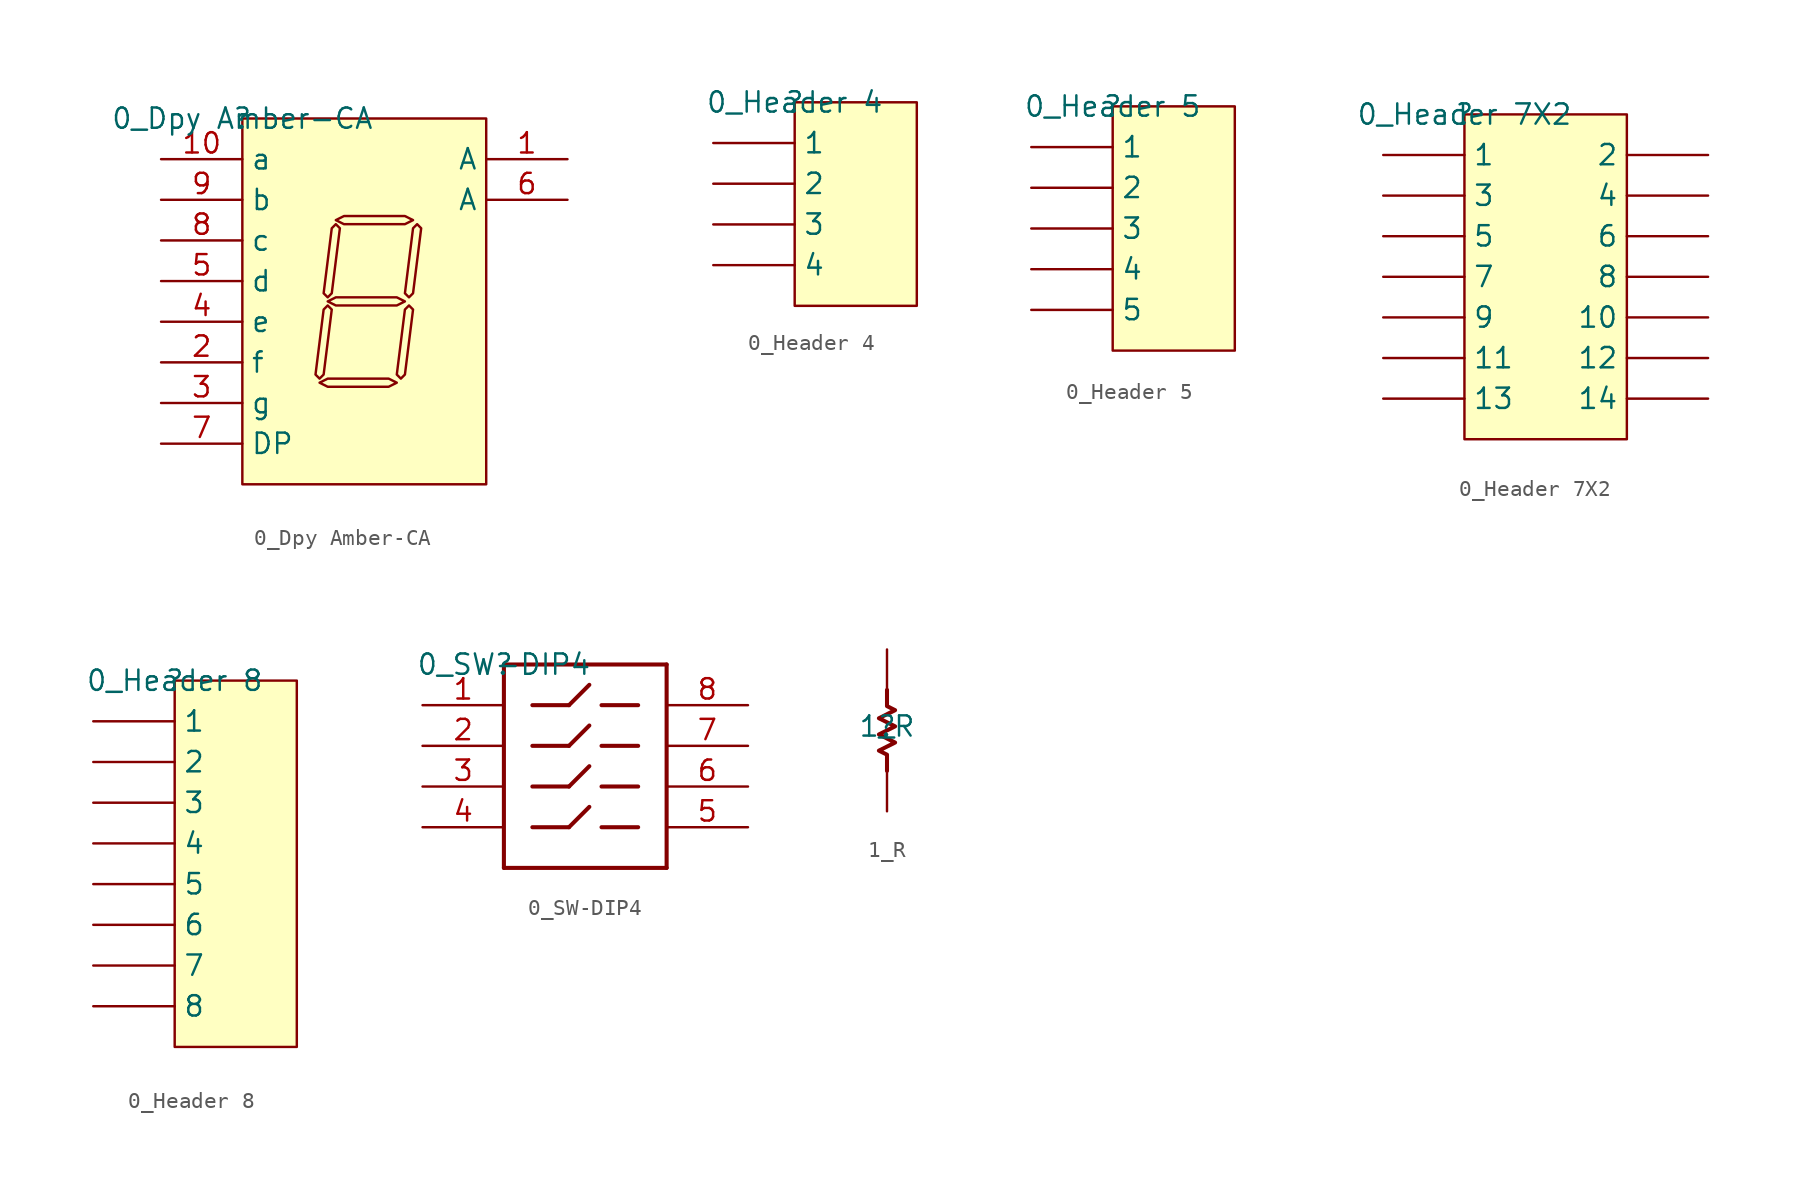
<source format=kicad_sym>
(kicad_symbol_lib
  (version 20211014)
  (generator kicad_symbol_editor)
  (symbol "0_Dpy Amber-CA"
    (property "Reference" ""
      (at 0 0 0)
      (effects (font (size 1.27 1.27))))
    (property "Value" "0_Dpy Amber-CA"
      (at 0 0 0)
      (effects (font (size 1.27 1.27))))
    (symbol "0_Dpy Amber-CA_1_0"
      (polyline (pts (xy 4.826 -16.51) (xy 5.334 -16.256) (xy 9.144 -16.256) (xy 9.652 -16.51) (xy 9.144 -16.764) (xy 5.334 -16.764) (xy 4.826 -16.51) (xy 4.826 -16.51)) (stroke (width 0) (type default) (color 0 0 0 0)) (fill (type background)))
      (polyline (pts (xy 5.334 -11.684) (xy 5.08 -11.938) (xy 4.572 -16.002) (xy 4.826 -16.256) (xy 5.08 -16.002) (xy 5.588 -11.938) (xy 5.334 -11.684) (xy 5.334 -11.684)) (stroke (width 0) (type default) (color 0 0 0 0)) (fill (type background)))
      (polyline (pts (xy 5.334 -11.43) (xy 5.842 -11.176) (xy 9.652 -11.176) (xy 10.16 -11.43) (xy 9.652 -11.684) (xy 5.842 -11.684) (xy 5.334 -11.43) (xy 5.334 -11.43)) (stroke (width 0) (type default) (color 0 0 0 0)) (fill (type background)))
      (polyline (pts (xy 5.842 -6.604) (xy 5.588 -6.858) (xy 5.08 -10.922) (xy 5.334 -11.176) (xy 5.588 -10.922) (xy 6.096 -6.858) (xy 5.842 -6.604) (xy 5.842 -6.604)) (stroke (width 0) (type default) (color 0 0 0 0)) (fill (type background)))
      (polyline (pts (xy 5.842 -6.35) (xy 6.35 -6.096) (xy 10.16 -6.096) (xy 10.668 -6.35) (xy 10.16 -6.604) (xy 6.35 -6.604) (xy 5.842 -6.35) (xy 5.842 -6.35)) (stroke (width 0) (type default) (color 0 0 0 0)) (fill (type background)))
      (polyline (pts (xy 10.414 -11.684) (xy 10.16 -11.938) (xy 9.652 -16.002) (xy 9.906 -16.256) (xy 10.16 -16.002) (xy 10.668 -11.938) (xy 10.414 -11.684) (xy 10.414 -11.684)) (stroke (width 0) (type default) (color 0 0 0 0)) (fill (type background)))
      (polyline (pts (xy 10.922 -6.604) (xy 10.668 -6.858) (xy 10.16 -10.922) (xy 10.414 -11.176) (xy 10.668 -10.922) (xy 11.176 -6.858) (xy 10.922 -6.604) (xy 10.922 -6.604)) (stroke (width 0) (type default) (color 0 0 0 0)) (fill (type background)))
      (rectangle (start 15.24 0) (end 0 -22.86) (stroke (width 0) (type default) (color 0 0 0 0)) (fill (type background)))
      (pin passive line (at 20.32 -2.54 180) (length 5.08) (name "A" (effects (font (size 1.27 1.27)))) (number "1" (effects (font (size 1.27 1.27)))))
      (pin passive line (at -5.08 -2.54 0) (length 5.08) (name "a" (effects (font (size 1.27 1.27)))) (number "10" (effects (font (size 1.27 1.27)))))
      (pin passive line (at -5.08 -15.24 0) (length 5.08) (name "f" (effects (font (size 1.27 1.27)))) (number "2" (effects (font (size 1.27 1.27)))))
      (pin passive line (at -5.08 -17.78 0) (length 5.08) (name "g" (effects (font (size 1.27 1.27)))) (number "3" (effects (font (size 1.27 1.27)))))
      (pin passive line (at -5.08 -12.7 0) (length 5.08) (name "e" (effects (font (size 1.27 1.27)))) (number "4" (effects (font (size 1.27 1.27)))))
      (pin passive line (at -5.08 -10.16 0) (length 5.08) (name "d" (effects (font (size 1.27 1.27)))) (number "5" (effects (font (size 1.27 1.27)))))
      (pin passive line (at 20.32 -5.08 180) (length 5.08) (name "A" (effects (font (size 1.27 1.27)))) (number "6" (effects (font (size 1.27 1.27)))))
      (pin passive line (at -5.08 -20.32 0) (length 5.08) (name "DP" (effects (font (size 1.27 1.27)))) (number "7" (effects (font (size 1.27 1.27)))))
      (pin passive line (at -5.08 -7.62 0) (length 5.08) (name "c" (effects (font (size 1.27 1.27)))) (number "8" (effects (font (size 1.27 1.27)))))
      (pin passive line (at -5.08 -5.08 0) (length 5.08) (name "b" (effects (font (size 1.27 1.27)))) (number "9" (effects (font (size 1.27 1.27)))))))
  (symbol "0_Header 4"
    (property "Reference" ""
      (at 0 0 0)
      (effects (font (size 1.27 1.27))))
    (property "Value" "0_Header 4"
      (at 0 0 0)
      (effects (font (size 1.27 1.27))))
    (symbol "0_Header 4_1_0"
      (rectangle (start 7.62 0) (end 0 -12.7) (stroke (width 0) (type default) (color 0 0 0 0)) (fill (type background)))
      (pin passive line (at -5.08 -2.54 0) (length 5.08) (name "1" (effects (font (size 1.27 1.27)))) (number "1" (effects (font (size 0 0)))))
      (pin passive line (at -5.08 -5.08 0) (length 5.08) (name "2" (effects (font (size 1.27 1.27)))) (number "2" (effects (font (size 0 0)))))
      (pin passive line (at -5.08 -7.62 0) (length 5.08) (name "3" (effects (font (size 1.27 1.27)))) (number "3" (effects (font (size 0 0)))))
      (pin passive line (at -5.08 -10.16 0) (length 5.08) (name "4" (effects (font (size 1.27 1.27)))) (number "4" (effects (font (size 0 0)))))))
  (symbol "0_Header 5"
    (property "Reference" ""
      (at 0 0 0)
      (effects (font (size 1.27 1.27))))
    (property "Value" "0_Header 5"
      (at 0 0 0)
      (effects (font (size 1.27 1.27))))
    (symbol "0_Header 5_1_0"
      (rectangle (start 7.62 0) (end 0 -15.24) (stroke (width 0) (type default) (color 0 0 0 0)) (fill (type background)))
      (pin passive line (at -5.08 -2.54 0) (length 5.08) (name "1" (effects (font (size 1.27 1.27)))) (number "1" (effects (font (size 0 0)))))
      (pin passive line (at -5.08 -5.08 0) (length 5.08) (name "2" (effects (font (size 1.27 1.27)))) (number "2" (effects (font (size 0 0)))))
      (pin passive line (at -5.08 -7.62 0) (length 5.08) (name "3" (effects (font (size 1.27 1.27)))) (number "3" (effects (font (size 0 0)))))
      (pin passive line (at -5.08 -10.16 0) (length 5.08) (name "4" (effects (font (size 1.27 1.27)))) (number "4" (effects (font (size 0 0)))))
      (pin passive line (at -5.08 -12.7 0) (length 5.08) (name "5" (effects (font (size 1.27 1.27)))) (number "5" (effects (font (size 0 0)))))))
  (symbol "0_Header 7X2"
    (property "Reference" ""
      (at 0 0 0)
      (effects (font (size 1.27 1.27))))
    (property "Value" "0_Header 7X2"
      (at 0 0 0)
      (effects (font (size 1.27 1.27))))
    (symbol "0_Header 7X2_1_0"
      (rectangle (start 10.16 0) (end 0 -20.32) (stroke (width 0) (type default) (color 0 0 0 0)) (fill (type background)))
      (pin passive line (at -5.08 -2.54 0) (length 5.08) (name "1" (effects (font (size 1.27 1.27)))) (number "1" (effects (font (size 0 0)))))
      (pin passive line (at 15.24 -12.7 180) (length 5.08) (name "10" (effects (font (size 1.27 1.27)))) (number "10" (effects (font (size 0 0)))))
      (pin passive line (at -5.08 -15.24 0) (length 5.08) (name "11" (effects (font (size 1.27 1.27)))) (number "11" (effects (font (size 0 0)))))
      (pin passive line (at 15.24 -15.24 180) (length 5.08) (name "12" (effects (font (size 1.27 1.27)))) (number "12" (effects (font (size 0 0)))))
      (pin passive line (at -5.08 -17.78 0) (length 5.08) (name "13" (effects (font (size 1.27 1.27)))) (number "13" (effects (font (size 0 0)))))
      (pin passive line (at 15.24 -17.78 180) (length 5.08) (name "14" (effects (font (size 1.27 1.27)))) (number "14" (effects (font (size 0 0)))))
      (pin passive line (at 15.24 -2.54 180) (length 5.08) (name "2" (effects (font (size 1.27 1.27)))) (number "2" (effects (font (size 0 0)))))
      (pin passive line (at -5.08 -5.08 0) (length 5.08) (name "3" (effects (font (size 1.27 1.27)))) (number "3" (effects (font (size 0 0)))))
      (pin passive line (at 15.24 -5.08 180) (length 5.08) (name "4" (effects (font (size 1.27 1.27)))) (number "4" (effects (font (size 0 0)))))
      (pin passive line (at -5.08 -7.62 0) (length 5.08) (name "5" (effects (font (size 1.27 1.27)))) (number "5" (effects (font (size 0 0)))))
      (pin passive line (at 15.24 -7.62 180) (length 5.08) (name "6" (effects (font (size 1.27 1.27)))) (number "6" (effects (font (size 0 0)))))
      (pin passive line (at -5.08 -10.16 0) (length 5.08) (name "7" (effects (font (size 1.27 1.27)))) (number "7" (effects (font (size 0 0)))))
      (pin passive line (at 15.24 -10.16 180) (length 5.08) (name "8" (effects (font (size 1.27 1.27)))) (number "8" (effects (font (size 0 0)))))
      (pin passive line (at -5.08 -12.7 0) (length 5.08) (name "9" (effects (font (size 1.27 1.27)))) (number "9" (effects (font (size 0 0)))))))
  (symbol "0_Header 8"
    (property "Reference" ""
      (at 0 0 0)
      (effects (font (size 1.27 1.27))))
    (property "Value" "0_Header 8"
      (at 0 0 0)
      (effects (font (size 1.27 1.27))))
    (symbol "0_Header 8_1_0"
      (rectangle (start 7.62 0) (end 0 -22.86) (stroke (width 0) (type default) (color 0 0 0 0)) (fill (type background)))
      (pin passive line (at -5.08 -2.54 0) (length 5.08) (name "1" (effects (font (size 1.27 1.27)))) (number "1" (effects (font (size 0 0)))))
      (pin passive line (at -5.08 -5.08 0) (length 5.08) (name "2" (effects (font (size 1.27 1.27)))) (number "2" (effects (font (size 0 0)))))
      (pin passive line (at -5.08 -7.62 0) (length 5.08) (name "3" (effects (font (size 1.27 1.27)))) (number "3" (effects (font (size 0 0)))))
      (pin passive line (at -5.08 -10.16 0) (length 5.08) (name "4" (effects (font (size 1.27 1.27)))) (number "4" (effects (font (size 0 0)))))
      (pin passive line (at -5.08 -12.7 0) (length 5.08) (name "5" (effects (font (size 1.27 1.27)))) (number "5" (effects (font (size 0 0)))))
      (pin passive line (at -5.08 -15.24 0) (length 5.08) (name "6" (effects (font (size 1.27 1.27)))) (number "6" (effects (font (size 0 0)))))
      (pin passive line (at -5.08 -17.78 0) (length 5.08) (name "7" (effects (font (size 1.27 1.27)))) (number "7" (effects (font (size 0 0)))))
      (pin passive line (at -5.08 -20.32 0) (length 5.08) (name "8" (effects (font (size 1.27 1.27)))) (number "8" (effects (font (size 0 0)))))))
  (symbol "0_SW-DIP4"
    (property "Reference" ""
      (at 0 0 0)
      (effects (font (size 1.27 1.27))))
    (property "Value" "0_SW-DIP4"
      (at 0 0 0)
      (effects (font (size 1.27 1.27))))
    (symbol "0_SW-DIP4_1_0"
      (polyline (pts (xy 0 -12.7) (xy 10.16 -12.7)) (stroke (width 0.254) (type default) (color 0 0 0 0)) (fill (type none)))
      (polyline (pts (xy 0 0) (xy 0 -12.7)) (stroke (width 0.254) (type default) (color 0 0 0 0)) (fill (type none)))
      (polyline (pts (xy 0 0) (xy 10.16 0)) (stroke (width 0.254) (type default) (color 0 0 0 0)) (fill (type none)))
      (polyline (pts (xy 1.778 -10.16) (xy 4.064 -10.16)) (stroke (width 0.254) (type default) (color 0 0 0 0)) (fill (type none)))
      (polyline (pts (xy 1.778 -7.62) (xy 4.064 -7.62)) (stroke (width 0.254) (type default) (color 0 0 0 0)) (fill (type none)))
      (polyline (pts (xy 1.778 -5.08) (xy 4.064 -5.08)) (stroke (width 0.254) (type default) (color 0 0 0 0)) (fill (type none)))
      (polyline (pts (xy 1.778 -2.54) (xy 4.064 -2.54)) (stroke (width 0.254) (type default) (color 0 0 0 0)) (fill (type none)))
      (polyline (pts (xy 5.334 -8.89) (xy 4.064 -10.16)) (stroke (width 0.254) (type default) (color 0 0 0 0)) (fill (type none)))
      (polyline (pts (xy 5.334 -6.35) (xy 4.064 -7.62)) (stroke (width 0.254) (type default) (color 0 0 0 0)) (fill (type none)))
      (polyline (pts (xy 5.334 -3.81) (xy 4.064 -5.08)) (stroke (width 0.254) (type default) (color 0 0 0 0)) (fill (type none)))
      (polyline (pts (xy 5.334 -1.27) (xy 4.064 -2.54)) (stroke (width 0.254) (type default) (color 0 0 0 0)) (fill (type none)))
      (polyline (pts (xy 6.096 -10.16) (xy 8.382 -10.16)) (stroke (width 0.254) (type default) (color 0 0 0 0)) (fill (type none)))
      (polyline (pts (xy 6.096 -7.62) (xy 8.382 -7.62)) (stroke (width 0.254) (type default) (color 0 0 0 0)) (fill (type none)))
      (polyline (pts (xy 6.096 -5.08) (xy 8.382 -5.08)) (stroke (width 0.254) (type default) (color 0 0 0 0)) (fill (type none)))
      (polyline (pts (xy 6.096 -2.54) (xy 8.382 -2.54)) (stroke (width 0.254) (type default) (color 0 0 0 0)) (fill (type none)))
      (polyline (pts (xy 10.16 0) (xy 10.16 -12.7)) (stroke (width 0.254) (type default) (color 0 0 0 0)) (fill (type none)))
      (pin passive line (at -5.08 -2.54 0) (length 5.08) (name "1" (effects (font (size 0 0)))) (number "1" (effects (font (size 1.27 1.27)))))
      (pin passive line (at -5.08 -5.08 0) (length 5.08) (name "2" (effects (font (size 0 0)))) (number "2" (effects (font (size 1.27 1.27)))))
      (pin passive line (at -5.08 -7.62 0) (length 5.08) (name "3" (effects (font (size 0 0)))) (number "3" (effects (font (size 1.27 1.27)))))
      (pin passive line (at -5.08 -10.16 0) (length 5.08) (name "4" (effects (font (size 0 0)))) (number "4" (effects (font (size 1.27 1.27)))))
      (pin passive line (at 15.24 -10.16 180) (length 5.08) (name "5" (effects (font (size 0 0)))) (number "5" (effects (font (size 1.27 1.27)))))
      (pin passive line (at 15.24 -7.62 180) (length 5.08) (name "6" (effects (font (size 0 0)))) (number "6" (effects (font (size 1.27 1.27)))))
      (pin passive line (at 15.24 -5.08 180) (length 5.08) (name "7" (effects (font (size 0 0)))) (number "7" (effects (font (size 1.27 1.27)))))
      (pin passive line (at 15.24 -2.54 180) (length 5.08) (name "8" (effects (font (size 0 0)))) (number "8" (effects (font (size 1.27 1.27)))))))
  (symbol "1_R"
    (property "Reference" ""
      (at 0 0 0)
      (effects (font (size 1.27 1.27))))
    (property "Value" "1_R"
      (at 0 0 0)
      (effects (font (size 1.27 1.27))))
    (symbol "1_R_1_0"
      (polyline (pts (xy 0 2.286) (xy 0 1.27) (xy 0.508 1.016) (xy -0.508 0.508) (xy 0.508 0) (xy -0.508 -0.508) (xy 0.508 -1.016) (xy -0.508 -1.524) (xy 0 -1.778) (xy 0 -2.794)) (stroke (width 0.254) (type default) (color 0 0 0 0)) (fill (type none)))
      (pin passive line (at 0 -5.334 90) (length 2.54) (name "1" (effects (font (size 0 0)))) (number "1" (effects (font (size 0 0)))))
      (pin passive line (at 0 4.826 270) (length 2.54) (name "2" (effects (font (size 0 0)))) (number "2" (effects (font (size 0 0))))))))
</source>
